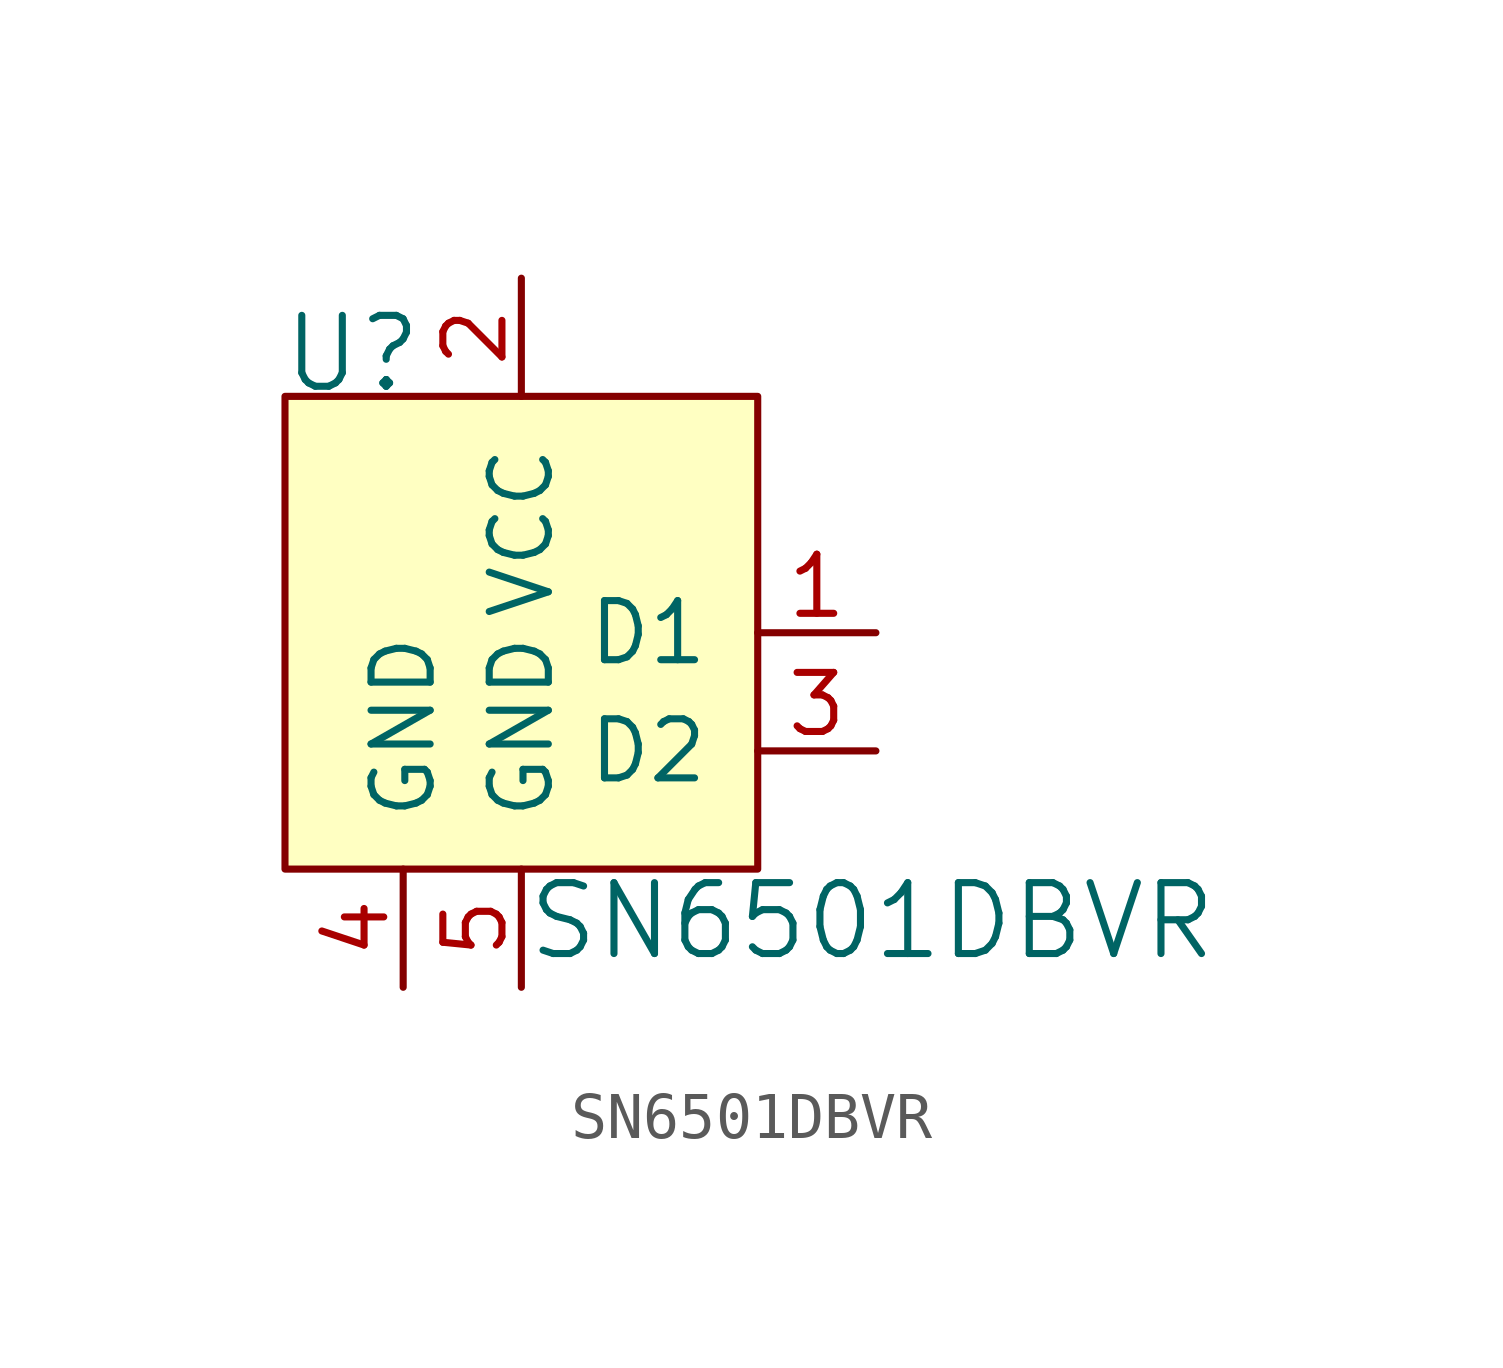
<source format=kicad_sym>
(kicad_symbol_lib
  (version 20201005)
  (generator kicad_symbol_editor)
  (symbol "SN6501DBVR"
    (pin_names
      (offset 1.016))
    (property "Reference" "U"
      (at -5.182 0.914 0)
      (effects (font (size 1.524 1.524)) (justify left)))
    (property "Value" "SN6501DBVR"
      (at 0.076 -11.278 0)
      (effects (font (size 1.524 1.524)) (justify left)))
    (symbol "SN6501DBVR_0_1"
      (rectangle (start -5.08 0) (end 5.08 -10.16) (stroke (width 0)) (fill (type background))))
    (symbol "SN6501DBVR_1_1"
      (pin output line (at 7.62 -5.08 180) (length 2.54) (name "D1" (effects (font (size 1.27 1.27)))) (number "1" (effects (font (size 1.27 1.27)))))
      (pin power_in line (at 0 2.54 270) (length 2.54) (name "VCC" (effects (font (size 1.27 1.27)))) (number "2" (effects (font (size 1.27 1.27)))))
      (pin output line (at 7.62 -7.62 180) (length 2.54) (name "D2" (effects (font (size 1.27 1.27)))) (number "3" (effects (font (size 1.27 1.27)))))
      (pin power_in line (at -2.54 -12.7 90) (length 2.54) (name "GND" (effects (font (size 1.27 1.27)))) (number "4" (effects (font (size 1.27 1.27)))))
      (pin power_in line (at 0 -12.7 90) (length 2.54) (name "GND" (effects (font (size 1.27 1.27)))) (number "5" (effects (font (size 1.27 1.27))))))))
</source>
